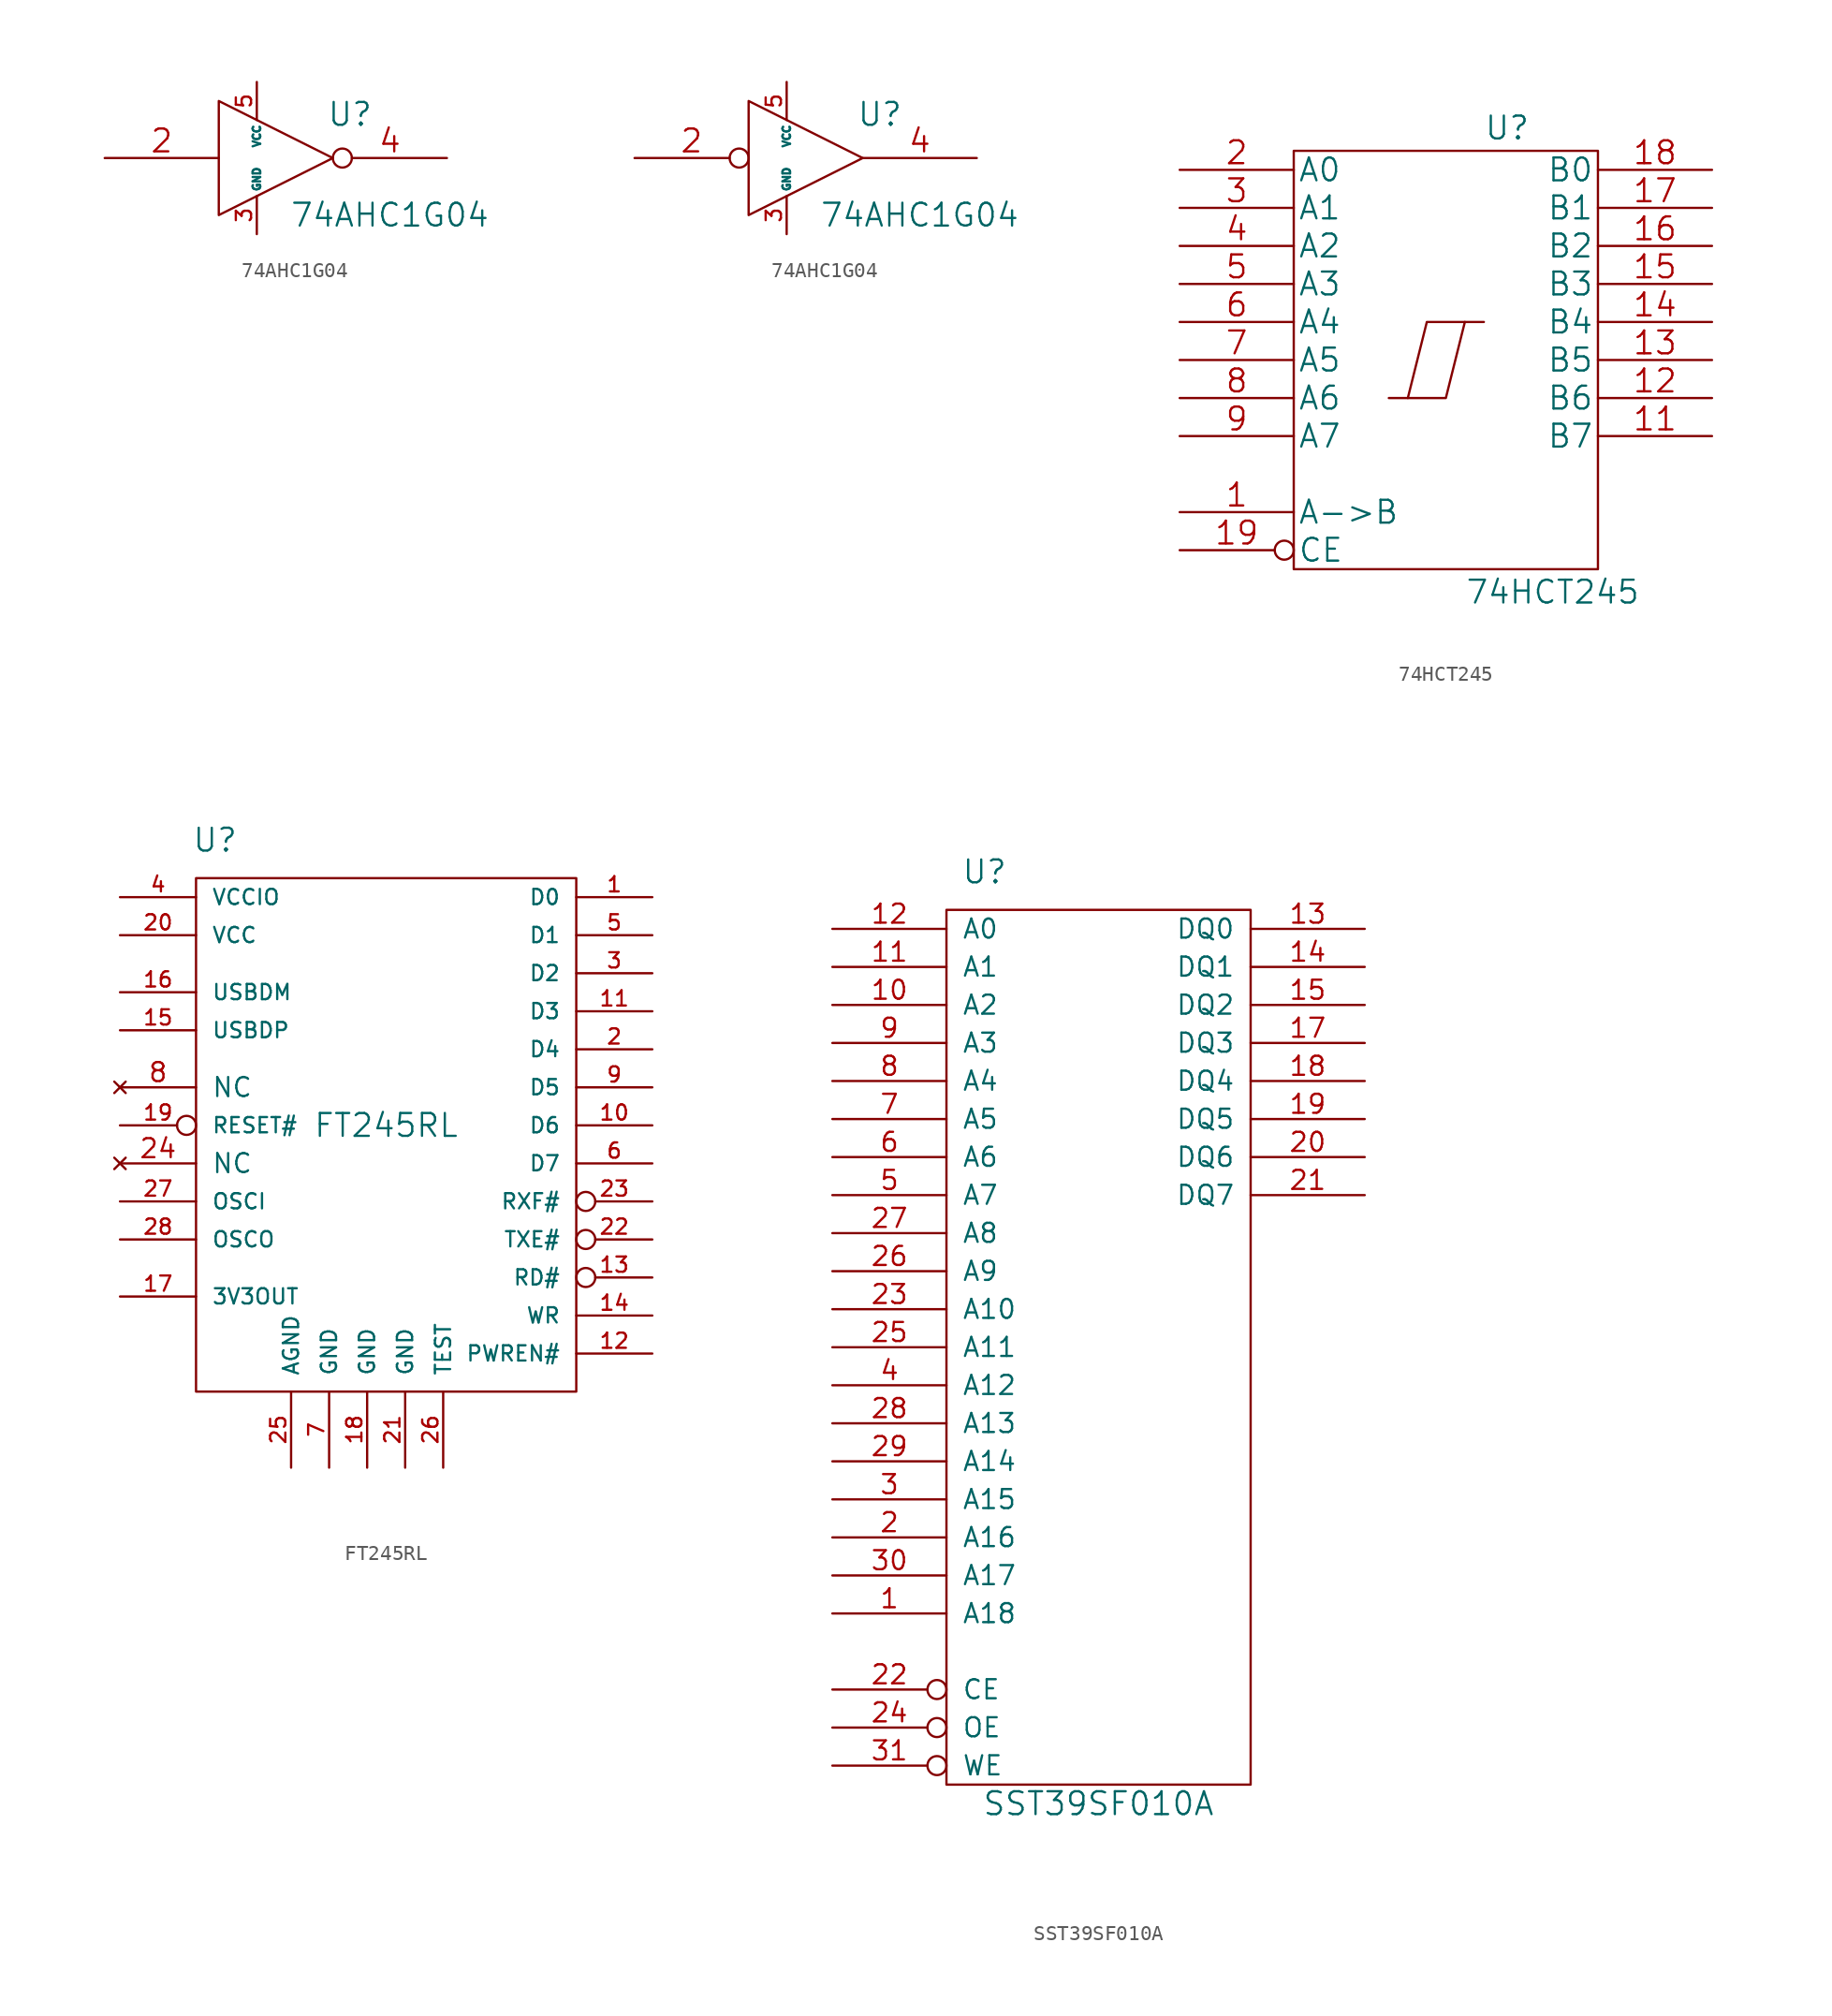
<source format=kicad_sym>
(kicad_symbol_lib
  (version 20211014)
  (generator kicad_symbol_editor)
  (symbol "74AHC1G04"
    (pin_names
      (offset 0.254))
    (property "Reference" "U"
      (at 4.953 2.921 0)
      (effects (font (size 1.524 1.524))))
    (property "Value" "74AHC1G04"
      (at 7.62 -3.81 0)
      (effects (font (size 1.524 1.524))))
    (property "Footprint" ""
      (at 0 0 0)
      (effects (font (size 1.524 1.524))))
    (property "Datasheet" ""
      (at 0 0 0)
      (effects (font (size 1.524 1.524))))
    (symbol "74AHC1G04_0_0"
      (polyline (pts (xy -3.81 3.81) (xy -3.81 -3.81) (xy 3.81 0) (xy -3.81 3.81)) (stroke (width 0) (type default) (color 0 0 0 0)) (fill (type none)))
      (pin power_in line (at -1.27 -5.08 90) (length 2.54) (name "GND" (effects (font (size 0.508 0.508)))) (number "3" (effects (font (size 1.016 1.016)))))
      (pin power_in line (at -1.27 5.08 270) (length 2.54) (name "VCC" (effects (font (size 0.508 0.508)))) (number "5" (effects (font (size 1.016 1.016))))))
    (symbol "74AHC1G04_1_1"
      (pin input line (at -11.43 0 0) (length 7.62) (name "~" (effects (font (size 1.524 1.524)))) (number "2" (effects (font (size 1.524 1.524)))))
      (pin output inverted (at 11.43 0 180) (length 7.62) (name "~" (effects (font (size 1.524 1.524)))) (number "4" (effects (font (size 1.524 1.524))))))
    (symbol "74AHC1G04_1_2"
      (pin input inverted (at -11.43 0 0) (length 7.62) (name "~" (effects (font (size 1.524 1.524)))) (number "2" (effects (font (size 1.524 1.524)))))
      (pin output line (at 11.43 0 180) (length 7.62) (name "~" (effects (font (size 1.524 1.524)))) (number "4" (effects (font (size 1.524 1.524)))))))
  (symbol "74HCT245"
    (pin_names
      (offset 0.254))
    (property "Reference" "U"
      (at 2.54 14.605 0)
      (effects (font (size 1.524 1.524)) (justify left bottom)))
    (property "Value" "74HCT245"
      (at 1.27 -14.605 0)
      (effects (font (size 1.524 1.524)) (justify left top)))
    (property "Footprint" ""
      (at 0 0 0)
      (effects (font (size 1.524 1.524))))
    (property "Datasheet" ""
      (at 0 0 0)
      (effects (font (size 1.524 1.524))))
    (symbol "74HCT245_0_0"
      (pin power_in line (at 0 -13.97 90) (length 0) hide (name "GND" (effects (font (size 1.524 1.524)))) (number "10" (effects (font (size 1.524 1.524)))))
      (pin power_in line (at 0 13.97 270) (length 0) hide (name "VCC" (effects (font (size 1.524 1.524)))) (number "20" (effects (font (size 1.524 1.524))))))
    (symbol "74HCT245_0_1"
      (rectangle (start -10.16 13.97) (end 10.16 -13.97) (stroke (width 0) (type default) (color 0 0 0 0)) (fill (type none)))
      (polyline (pts (xy 1.27 2.54) (xy 0 -2.54) (xy -2.54 -2.54)) (stroke (width 0) (type default) (color 0 0 0 0)) (fill (type none)))
      (polyline (pts (xy 2.54 2.54) (xy -1.27 2.54) (xy -2.54 -2.54) (xy -3.81 -2.54)) (stroke (width 0) (type default) (color 0 0 0 0)) (fill (type none))))
    (symbol "74HCT245_1_1"
      (pin input line (at -17.78 -10.16 0) (length 7.62) (name "A->B" (effects (font (size 1.524 1.524)))) (number "1" (effects (font (size 1.524 1.524)))))
      (pin tri_state line (at 17.78 -5.08 180) (length 7.62) (name "B7" (effects (font (size 1.524 1.524)))) (number "11" (effects (font (size 1.524 1.524)))))
      (pin tri_state line (at 17.78 -2.54 180) (length 7.62) (name "B6" (effects (font (size 1.524 1.524)))) (number "12" (effects (font (size 1.524 1.524)))))
      (pin tri_state line (at 17.78 0 180) (length 7.62) (name "B5" (effects (font (size 1.524 1.524)))) (number "13" (effects (font (size 1.524 1.524)))))
      (pin tri_state line (at 17.78 2.54 180) (length 7.62) (name "B4" (effects (font (size 1.524 1.524)))) (number "14" (effects (font (size 1.524 1.524)))))
      (pin tri_state line (at 17.78 5.08 180) (length 7.62) (name "B3" (effects (font (size 1.524 1.524)))) (number "15" (effects (font (size 1.524 1.524)))))
      (pin tri_state line (at 17.78 7.62 180) (length 7.62) (name "B2" (effects (font (size 1.524 1.524)))) (number "16" (effects (font (size 1.524 1.524)))))
      (pin tri_state line (at 17.78 10.16 180) (length 7.62) (name "B1" (effects (font (size 1.524 1.524)))) (number "17" (effects (font (size 1.524 1.524)))))
      (pin tri_state line (at 17.78 12.7 180) (length 7.62) (name "B0" (effects (font (size 1.524 1.524)))) (number "18" (effects (font (size 1.524 1.524)))))
      (pin input inverted (at -17.78 -12.7 0) (length 7.62) (name "CE" (effects (font (size 1.524 1.524)))) (number "19" (effects (font (size 1.524 1.524)))))
      (pin tri_state line (at -17.78 12.7 0) (length 7.62) (name "A0" (effects (font (size 1.524 1.524)))) (number "2" (effects (font (size 1.524 1.524)))))
      (pin tri_state line (at -17.78 10.16 0) (length 7.62) (name "A1" (effects (font (size 1.524 1.524)))) (number "3" (effects (font (size 1.524 1.524)))))
      (pin tri_state line (at -17.78 7.62 0) (length 7.62) (name "A2" (effects (font (size 1.524 1.524)))) (number "4" (effects (font (size 1.524 1.524)))))
      (pin tri_state line (at -17.78 5.08 0) (length 7.62) (name "A3" (effects (font (size 1.524 1.524)))) (number "5" (effects (font (size 1.524 1.524)))))
      (pin tri_state line (at -17.78 2.54 0) (length 7.62) (name "A4" (effects (font (size 1.524 1.524)))) (number "6" (effects (font (size 1.524 1.524)))))
      (pin tri_state line (at -17.78 0 0) (length 7.62) (name "A5" (effects (font (size 1.524 1.524)))) (number "7" (effects (font (size 1.524 1.524)))))
      (pin tri_state line (at -17.78 -2.54 0) (length 7.62) (name "A6" (effects (font (size 1.524 1.524)))) (number "8" (effects (font (size 1.524 1.524)))))
      (pin tri_state line (at -17.78 -5.08 0) (length 7.62) (name "A7" (effects (font (size 1.524 1.524)))) (number "9" (effects (font (size 1.524 1.524)))))))
  (symbol "FT245RL"
    (pin_names
      (offset 1.016))
    (property "Reference" "U"
      (at -11.43 19.05 0)
      (effects (font (size 1.524 1.524))))
    (property "Value" "FT245RL"
      (at 0 0 0)
      (effects (font (size 1.524 1.524))))
    (property "Footprint" ""
      (at 0 0 0)
      (effects (font (size 1.524 1.524))))
    (property "Datasheet" ""
      (at 0 0 0)
      (effects (font (size 1.524 1.524))))
    (symbol "FT245RL_0_1"
      (rectangle (start -12.7 16.51) (end 12.7 -17.78) (stroke (width 0) (type default) (color 0 0 0 0)) (fill (type none))))
    (symbol "FT245RL_1_1"
      (pin output line (at 17.78 15.24 180) (length 5.08) (name "D0" (effects (font (size 1.016 1.016)))) (number "1" (effects (font (size 1.016 1.016)))))
      (pin input line (at 17.78 0 180) (length 5.08) (name "D6" (effects (font (size 1.016 1.016)))) (number "10" (effects (font (size 1.016 1.016)))))
      (pin input line (at 17.78 7.62 180) (length 5.08) (name "D3" (effects (font (size 1.016 1.016)))) (number "11" (effects (font (size 1.016 1.016)))))
      (pin bidirectional line (at 17.78 -15.24 180) (length 5.08) (name "PWREN#" (effects (font (size 1.016 1.016)))) (number "12" (effects (font (size 1.016 1.016)))))
      (pin bidirectional inverted (at 17.78 -10.16 180) (length 5.08) (name "RD#" (effects (font (size 1.016 1.016)))) (number "13" (effects (font (size 1.016 1.016)))))
      (pin bidirectional line (at 17.78 -12.7 180) (length 5.08) (name "WR" (effects (font (size 1.016 1.016)))) (number "14" (effects (font (size 1.016 1.016)))))
      (pin bidirectional line (at -17.78 6.35 0) (length 5.08) (name "USBDP" (effects (font (size 1.016 1.016)))) (number "15" (effects (font (size 1.016 1.016)))))
      (pin bidirectional line (at -17.78 8.89 0) (length 5.08) (name "USBDM" (effects (font (size 1.016 1.016)))) (number "16" (effects (font (size 1.016 1.016)))))
      (pin output line (at -17.78 -11.43 0) (length 5.08) (name "3V3OUT" (effects (font (size 1.016 1.016)))) (number "17" (effects (font (size 1.016 1.016)))))
      (pin power_in line (at -1.27 -22.86 90) (length 5.08) (name "GND" (effects (font (size 1.016 1.016)))) (number "18" (effects (font (size 1.016 1.016)))))
      (pin input inverted (at -17.78 0 0) (length 5.08) (name "RESET#" (effects (font (size 1.016 1.016)))) (number "19" (effects (font (size 1.016 1.016)))))
      (pin output line (at 17.78 5.08 180) (length 5.08) (name "D4" (effects (font (size 1.016 1.016)))) (number "2" (effects (font (size 1.016 1.016)))))
      (pin power_in line (at -17.78 12.7 0) (length 5.08) (name "VCC" (effects (font (size 1.016 1.016)))) (number "20" (effects (font (size 1.016 1.016)))))
      (pin power_in line (at 1.27 -22.86 90) (length 5.08) (name "GND" (effects (font (size 1.016 1.016)))) (number "21" (effects (font (size 1.016 1.016)))))
      (pin bidirectional inverted (at 17.78 -7.62 180) (length 5.08) (name "TXE#" (effects (font (size 1.016 1.016)))) (number "22" (effects (font (size 1.016 1.016)))))
      (pin bidirectional inverted (at 17.78 -5.08 180) (length 5.08) (name "RXF#" (effects (font (size 1.016 1.016)))) (number "23" (effects (font (size 1.016 1.016)))))
      (pin no_connect line (at -17.78 -2.54 0) (length 5.08) (name "NC" (effects (font (size 1.27 1.27)))) (number "24" (effects (font (size 1.27 1.27)))))
      (pin power_in line (at -6.35 -22.86 90) (length 5.08) (name "AGND" (effects (font (size 1.016 1.016)))) (number "25" (effects (font (size 1.016 1.016)))))
      (pin input line (at 3.81 -22.86 90) (length 5.08) (name "TEST" (effects (font (size 1.016 1.016)))) (number "26" (effects (font (size 1.016 1.016)))))
      (pin input line (at -17.78 -5.08 0) (length 5.08) (name "OSCI" (effects (font (size 1.016 1.016)))) (number "27" (effects (font (size 1.016 1.016)))))
      (pin output line (at -17.78 -7.62 0) (length 5.08) (name "OSCO" (effects (font (size 1.016 1.016)))) (number "28" (effects (font (size 1.016 1.016)))))
      (pin output line (at 17.78 10.16 180) (length 5.08) (name "D2" (effects (font (size 1.016 1.016)))) (number "3" (effects (font (size 1.016 1.016)))))
      (pin power_in line (at -17.78 15.24 0) (length 5.08) (name "VCCIO" (effects (font (size 1.016 1.016)))) (number "4" (effects (font (size 1.016 1.016)))))
      (pin input line (at 17.78 12.7 180) (length 5.08) (name "D1" (effects (font (size 1.016 1.016)))) (number "5" (effects (font (size 1.016 1.016)))))
      (pin input line (at 17.78 -2.54 180) (length 5.08) (name "D7" (effects (font (size 1.016 1.016)))) (number "6" (effects (font (size 1.016 1.016)))))
      (pin power_in line (at -3.81 -22.86 90) (length 5.08) (name "GND" (effects (font (size 1.016 1.016)))) (number "7" (effects (font (size 1.016 1.016)))))
      (pin no_connect line (at -17.78 2.54 0) (length 5.08) (name "NC" (effects (font (size 1.27 1.27)))) (number "8" (effects (font (size 1.27 1.27)))))
      (pin input line (at 17.78 2.54 180) (length 5.08) (name "D5" (effects (font (size 1.016 1.016)))) (number "9" (effects (font (size 1.016 1.016)))))))
  (symbol "SST39SF010A"
    (pin_names
      (offset 1.016))
    (property "Reference" "U"
      (at -7.62 27.94 0)
      (effects (font (size 1.524 1.524))))
    (property "Value" "SST39SF010A"
      (at 0 -34.29 0)
      (effects (font (size 1.524 1.524))))
    (property "Footprint" ""
      (at 0 0 0)
      (effects (font (size 1.524 1.524))))
    (property "Datasheet" ""
      (at 0 0 0)
      (effects (font (size 1.524 1.524))))
    (symbol "SST39SF010A_0_1"
      (rectangle (start -10.16 25.4) (end 10.16 -33.02) (stroke (width 0) (type default) (color 0 0 0 0)) (fill (type none))))
    (symbol "SST39SF010A_1_1"
      (pin input line (at -17.78 -21.59 0) (length 7.62) (name "A18" (effects (font (size 1.27 1.27)))) (number "1" (effects (font (size 1.27 1.27)))))
      (pin input line (at -17.78 19.05 0) (length 7.62) (name "A2" (effects (font (size 1.27 1.27)))) (number "10" (effects (font (size 1.27 1.27)))))
      (pin input line (at -17.78 21.59 0) (length 7.62) (name "A1" (effects (font (size 1.27 1.27)))) (number "11" (effects (font (size 1.27 1.27)))))
      (pin input line (at -17.78 24.13 0) (length 7.62) (name "A0" (effects (font (size 1.27 1.27)))) (number "12" (effects (font (size 1.27 1.27)))))
      (pin bidirectional line (at 17.78 24.13 180) (length 7.62) (name "DQ0" (effects (font (size 1.27 1.27)))) (number "13" (effects (font (size 1.27 1.27)))))
      (pin bidirectional line (at 17.78 21.59 180) (length 7.62) (name "DQ1" (effects (font (size 1.27 1.27)))) (number "14" (effects (font (size 1.27 1.27)))))
      (pin bidirectional line (at 17.78 19.05 180) (length 7.62) (name "DQ2" (effects (font (size 1.27 1.27)))) (number "15" (effects (font (size 1.27 1.27)))))
      (pin power_in line (at 0 -33.02 90) (length 0) hide (name "GND" (effects (font (size 1.27 1.27)))) (number "16" (effects (font (size 1.27 1.27)))))
      (pin bidirectional line (at 17.78 16.51 180) (length 7.62) (name "DQ3" (effects (font (size 1.27 1.27)))) (number "17" (effects (font (size 1.27 1.27)))))
      (pin bidirectional line (at 17.78 13.97 180) (length 7.62) (name "DQ4" (effects (font (size 1.27 1.27)))) (number "18" (effects (font (size 1.27 1.27)))))
      (pin bidirectional line (at 17.78 11.43 180) (length 7.62) (name "DQ5" (effects (font (size 1.27 1.27)))) (number "19" (effects (font (size 1.27 1.27)))))
      (pin input line (at -17.78 -16.51 0) (length 7.62) (name "A16" (effects (font (size 1.27 1.27)))) (number "2" (effects (font (size 1.27 1.27)))))
      (pin bidirectional line (at 17.78 8.89 180) (length 7.62) (name "DQ6" (effects (font (size 1.27 1.27)))) (number "20" (effects (font (size 1.27 1.27)))))
      (pin bidirectional line (at 17.78 6.35 180) (length 7.62) (name "DQ7" (effects (font (size 1.27 1.27)))) (number "21" (effects (font (size 1.27 1.27)))))
      (pin input inverted (at -17.78 -26.67 0) (length 7.62) (name "CE" (effects (font (size 1.27 1.27)))) (number "22" (effects (font (size 1.27 1.27)))))
      (pin input line (at -17.78 -1.27 0) (length 7.62) (name "A10" (effects (font (size 1.27 1.27)))) (number "23" (effects (font (size 1.27 1.27)))))
      (pin input inverted (at -17.78 -29.21 0) (length 7.62) (name "OE" (effects (font (size 1.27 1.27)))) (number "24" (effects (font (size 1.27 1.27)))))
      (pin input line (at -17.78 -3.81 0) (length 7.62) (name "A11" (effects (font (size 1.27 1.27)))) (number "25" (effects (font (size 1.27 1.27)))))
      (pin input line (at -17.78 1.27 0) (length 7.62) (name "A9" (effects (font (size 1.27 1.27)))) (number "26" (effects (font (size 1.27 1.27)))))
      (pin input line (at -17.78 3.81 0) (length 7.62) (name "A8" (effects (font (size 1.27 1.27)))) (number "27" (effects (font (size 1.27 1.27)))))
      (pin input line (at -17.78 -8.89 0) (length 7.62) (name "A13" (effects (font (size 1.27 1.27)))) (number "28" (effects (font (size 1.27 1.27)))))
      (pin input line (at -17.78 -11.43 0) (length 7.62) (name "A14" (effects (font (size 1.27 1.27)))) (number "29" (effects (font (size 1.27 1.27)))))
      (pin input line (at -17.78 -13.97 0) (length 7.62) (name "A15" (effects (font (size 1.27 1.27)))) (number "3" (effects (font (size 1.27 1.27)))))
      (pin input line (at -17.78 -19.05 0) (length 7.62) (name "A17" (effects (font (size 1.27 1.27)))) (number "30" (effects (font (size 1.27 1.27)))))
      (pin input inverted (at -17.78 -31.75 0) (length 7.62) (name "WE" (effects (font (size 1.27 1.27)))) (number "31" (effects (font (size 1.27 1.27)))))
      (pin power_in line (at 0 25.4 270) (length 0) hide (name "VCC" (effects (font (size 1.27 1.27)))) (number "32" (effects (font (size 1.27 1.27)))))
      (pin input line (at -17.78 -6.35 0) (length 7.62) (name "A12" (effects (font (size 1.27 1.27)))) (number "4" (effects (font (size 1.27 1.27)))))
      (pin input line (at -17.78 6.35 0) (length 7.62) (name "A7" (effects (font (size 1.27 1.27)))) (number "5" (effects (font (size 1.27 1.27)))))
      (pin input line (at -17.78 8.89 0) (length 7.62) (name "A6" (effects (font (size 1.27 1.27)))) (number "6" (effects (font (size 1.27 1.27)))))
      (pin input line (at -17.78 11.43 0) (length 7.62) (name "A5" (effects (font (size 1.27 1.27)))) (number "7" (effects (font (size 1.27 1.27)))))
      (pin input line (at -17.78 13.97 0) (length 7.62) (name "A4" (effects (font (size 1.27 1.27)))) (number "8" (effects (font (size 1.27 1.27)))))
      (pin input line (at -17.78 16.51 0) (length 7.62) (name "A3" (effects (font (size 1.27 1.27)))) (number "9" (effects (font (size 1.27 1.27))))))))
</source>
